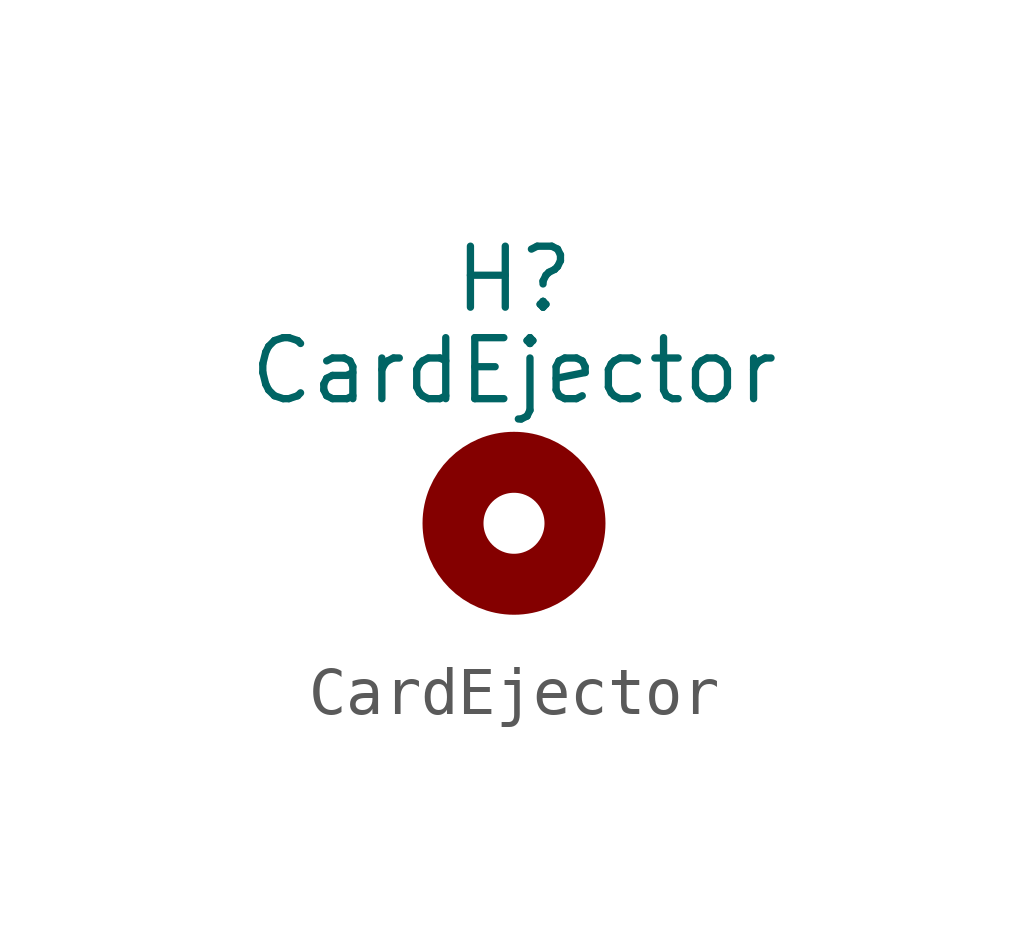
<source format=kicad_sym>
(kicad_symbol_lib
  (version 20220914)
  (generator kicad_symbol_editor)
  (symbol "CardEjector"
    (pin_names
      (offset 1.016))
    (property "Reference" "H"
      (at 0 5.08 0)
      (effects (font (size 1.27 1.27))))
    (property "Value" "CardEjector"
      (at 0 3.175 0)
      (effects (font (size 1.27 1.27))))
    (symbol "CardEjector_0_1"
      (circle (center 0 0) (radius 1.27) (stroke (width 1.27) (type default)) (fill (type none))))))
</source>
